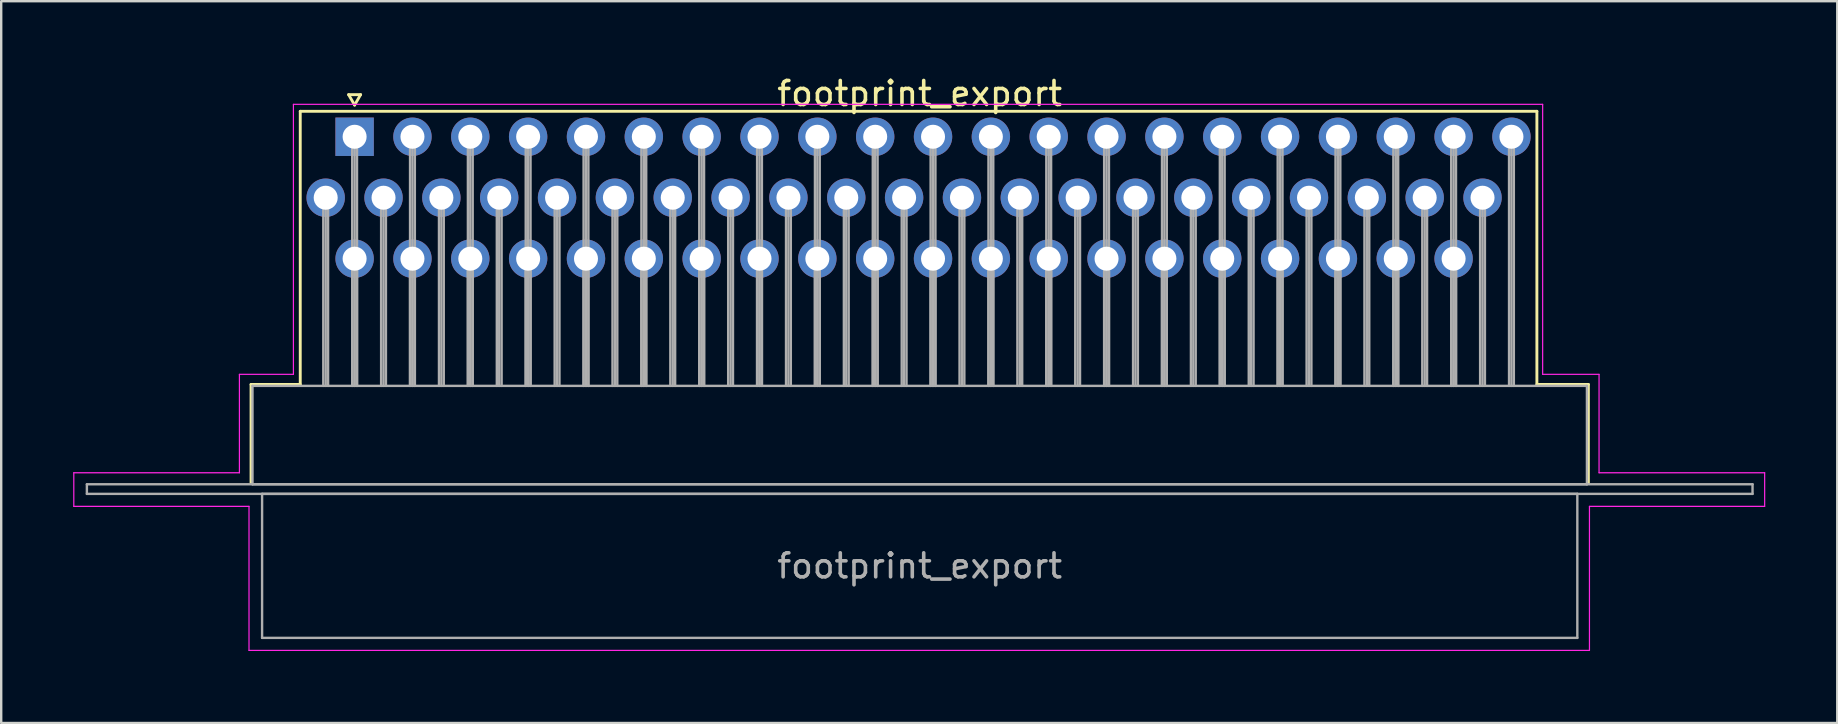
<source format=kicad_pcb>
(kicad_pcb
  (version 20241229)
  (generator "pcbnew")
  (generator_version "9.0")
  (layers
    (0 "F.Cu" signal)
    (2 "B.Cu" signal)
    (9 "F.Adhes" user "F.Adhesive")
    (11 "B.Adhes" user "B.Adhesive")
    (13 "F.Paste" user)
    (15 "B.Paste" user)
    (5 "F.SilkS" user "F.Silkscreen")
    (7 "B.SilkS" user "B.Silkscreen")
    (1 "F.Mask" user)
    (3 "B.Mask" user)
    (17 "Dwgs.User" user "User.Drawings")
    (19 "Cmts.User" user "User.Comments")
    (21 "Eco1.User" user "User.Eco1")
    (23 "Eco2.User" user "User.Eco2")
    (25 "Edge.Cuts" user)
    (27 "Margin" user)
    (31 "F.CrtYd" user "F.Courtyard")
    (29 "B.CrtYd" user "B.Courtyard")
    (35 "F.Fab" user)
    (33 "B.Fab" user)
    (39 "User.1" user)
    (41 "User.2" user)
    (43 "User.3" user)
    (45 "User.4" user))
  (footprint "footprint_export"
    (layer "F.Cu")
    (at 11.725 2.648)
    (property "Reference" "footprint_export" (at 23.545 -1.8 0) (layer "F.SilkS") (effects (font (size 1 1) (thickness 0.15))))
    (attr through_hole)
    (fp_line (start -4.315 10.32) (end -2.265 10.32) (stroke (width 0.12) (type solid)) (layer "F.SilkS"))
    (fp_line (start -4.315 14.42) (end -4.315 10.32) (stroke (width 0.12) (type solid)) (layer "F.SilkS"))
    (fp_line (start -2.265 -1.06) (end 49.26 -1.06) (stroke (width 0.12) (type solid)) (layer "F.SilkS"))
    (fp_line (start -2.265 10.32) (end -2.265 -1.06) (stroke (width 0.12) (type solid)) (layer "F.SilkS"))
    (fp_line (start -0.25 -1.754) (end 0.25 -1.754) (stroke (width 0.12) (type solid)) (layer "F.SilkS"))
    (fp_line (start 0 -1.321) (end -0.25 -1.754) (stroke (width 0.12) (type solid)) (layer "F.SilkS"))
    (fp_line (start 0.25 -1.754) (end 0 -1.321) (stroke (width 0.12) (type solid)) (layer "F.SilkS"))
    (fp_line (start 49.26 -1.06) (end 49.26 10.32) (stroke (width 0.12) (type solid)) (layer "F.SilkS"))
    (fp_line (start 49.26 10.32) (end 51.405 10.32) (stroke (width 0.12) (type solid)) (layer "F.SilkS"))
    (fp_line (start 51.405 10.32) (end 51.405 14.42) (stroke (width 0.12) (type solid)) (layer "F.SilkS"))
    (fp_line (start -11.7 14) (end -4.8 14) (stroke (width 0.05) (type solid)) (layer "F.CrtYd"))
    (fp_line (start -11.7 15.4) (end -11.7 14) (stroke (width 0.05) (type solid)) (layer "F.CrtYd"))
    (fp_line (start -4.8 9.9) (end -2.55 9.9) (stroke (width 0.05) (type solid)) (layer "F.CrtYd"))
    (fp_line (start -4.8 14) (end -4.8 9.9) (stroke (width 0.05) (type solid)) (layer "F.CrtYd"))
    (fp_line (start -4.4 15.4) (end -11.7 15.4) (stroke (width 0.05) (type solid)) (layer "F.CrtYd"))
    (fp_line (start -4.4 21.4) (end -4.4 15.4) (stroke (width 0.05) (type solid)) (layer "F.CrtYd"))
    (fp_line (start -2.55 -1.35) (end 49.5 -1.35) (stroke (width 0.05) (type solid)) (layer "F.CrtYd"))
    (fp_line (start -2.55 9.9) (end -2.55 -1.35) (stroke (width 0.05) (type solid)) (layer "F.CrtYd"))
    (fp_line (start 49.5 -1.35) (end 49.5 9.9) (stroke (width 0.05) (type solid)) (layer "F.CrtYd"))
    (fp_line (start 49.5 9.9) (end 51.85 9.9) (stroke (width 0.05) (type solid)) (layer "F.CrtYd"))
    (fp_line (start 51.45 15.4) (end 51.45 21.4) (stroke (width 0.05) (type solid)) (layer "F.CrtYd"))
    (fp_line (start 51.45 21.4) (end -4.4 21.4) (stroke (width 0.05) (type solid)) (layer "F.CrtYd"))
    (fp_line (start 51.85 9.9) (end 51.85 14) (stroke (width 0.05) (type solid)) (layer "F.CrtYd"))
    (fp_line (start 51.85 14) (end 58.75 14) (stroke (width 0.05) (type solid)) (layer "F.CrtYd"))
    (fp_line (start 58.75 14) (end 58.75 15.4) (stroke (width 0.05) (type solid)) (layer "F.CrtYd"))
    (fp_line (start 58.75 15.4) (end 51.45 15.4) (stroke (width 0.05) (type solid)) (layer "F.CrtYd"))
    (fp_line (start -11.155 14.48) (end -11.155 14.88) (stroke (width 0.1) (type solid)) (layer "F.Fab"))
    (fp_line (start -11.155 14.88) (end 58.245 14.88) (stroke (width 0.1) (type solid)) (layer "F.Fab"))
    (fp_line (start -4.255 10.38) (end -4.255 14.48) (stroke (width 0.1) (type solid)) (layer "F.Fab"))
    (fp_line (start -4.255 14.48) (end 51.345 14.48) (stroke (width 0.1) (type solid)) (layer "F.Fab"))
    (fp_line (start -3.855 14.88) (end -3.855 20.88) (stroke (width 0.1) (type solid)) (layer "F.Fab"))
    (fp_line (start -3.855 20.88) (end 50.945 20.88) (stroke (width 0.1) (type solid)) (layer "F.Fab"))
    (fp_line (start -1.305 2.54) (end -1.305 10.38) (stroke (width 0.1) (type solid)) (layer "F.Fab"))
    (fp_line (start -1.205 2.54) (end -1.205 10.38) (stroke (width 0.1) (type solid)) (layer "F.Fab"))
    (fp_line (start -1.105 2.54) (end -1.105 10.38) (stroke (width 0.1) (type solid)) (layer "F.Fab"))
    (fp_line (start -0.1 0) (end -0.1 10.38) (stroke (width 0.1) (type solid)) (layer "F.Fab"))
    (fp_line (start -0.1 5.08) (end -0.1 10.38) (stroke (width 0.1) (type solid)) (layer "F.Fab"))
    (fp_line (start 0 0) (end 0 10.38) (stroke (width 0.1) (type solid)) (layer "F.Fab"))
    (fp_line (start 0 5.08) (end 0 10.38) (stroke (width 0.1) (type solid)) (layer "F.Fab"))
    (fp_line (start 0.1 0) (end 0.1 10.38) (stroke (width 0.1) (type solid)) (layer "F.Fab"))
    (fp_line (start 0.1 5.08) (end 0.1 10.38) (stroke (width 0.1) (type solid)) (layer "F.Fab"))
    (fp_line (start 1.105 2.54) (end 1.105 10.38) (stroke (width 0.1) (type solid)) (layer "F.Fab"))
    (fp_line (start 1.205 2.54) (end 1.205 10.38) (stroke (width 0.1) (type solid)) (layer "F.Fab"))
    (fp_line (start 1.305 2.54) (end 1.305 10.38) (stroke (width 0.1) (type solid)) (layer "F.Fab"))
    (fp_line (start 2.31 0) (end 2.31 10.38) (stroke (width 0.1) (type solid)) (layer "F.Fab"))
    (fp_line (start 2.31 5.08) (end 2.31 10.38) (stroke (width 0.1) (type solid)) (layer "F.Fab"))
    (fp_line (start 2.41 0) (end 2.41 10.38) (stroke (width 0.1) (type solid)) (layer "F.Fab"))
    (fp_line (start 2.41 5.08) (end 2.41 10.38) (stroke (width 0.1) (type solid)) (layer "F.Fab"))
    (fp_line (start 2.51 0) (end 2.51 10.38) (stroke (width 0.1) (type solid)) (layer "F.Fab"))
    (fp_line (start 2.51 5.08) (end 2.51 10.38) (stroke (width 0.1) (type solid)) (layer "F.Fab"))
    (fp_line (start 3.515 2.54) (end 3.515 10.38) (stroke (width 0.1) (type solid)) (layer "F.Fab"))
    (fp_line (start 3.615 2.54) (end 3.615 10.38) (stroke (width 0.1) (type solid)) (layer "F.Fab"))
    (fp_line (start 3.715 2.54) (end 3.715 10.38) (stroke (width 0.1) (type solid)) (layer "F.Fab"))
    (fp_line (start 4.72 0) (end 4.72 10.38) (stroke (width 0.1) (type solid)) (layer "F.Fab"))
    (fp_line (start 4.72 5.08) (end 4.72 10.38) (stroke (width 0.1) (type solid)) (layer "F.Fab"))
    (fp_line (start 4.82 0) (end 4.82 10.38) (stroke (width 0.1) (type solid)) (layer "F.Fab"))
    (fp_line (start 4.82 5.08) (end 4.82 10.38) (stroke (width 0.1) (type solid)) (layer "F.Fab"))
    (fp_line (start 4.92 0) (end 4.92 10.38) (stroke (width 0.1) (type solid)) (layer "F.Fab"))
    (fp_line (start 4.92 5.08) (end 4.92 10.38) (stroke (width 0.1) (type solid)) (layer "F.Fab"))
    (fp_line (start 5.925 2.54) (end 5.925 10.38) (stroke (width 0.1) (type solid)) (layer "F.Fab"))
    (fp_line (start 6.025 2.54) (end 6.025 10.38) (stroke (width 0.1) (type solid)) (layer "F.Fab"))
    (fp_line (start 6.125 2.54) (end 6.125 10.38) (stroke (width 0.1) (type solid)) (layer "F.Fab"))
    (fp_line (start 7.13 0) (end 7.13 10.38) (stroke (width 0.1) (type solid)) (layer "F.Fab"))
    (fp_line (start 7.13 5.08) (end 7.13 10.38) (stroke (width 0.1) (type solid)) (layer "F.Fab"))
    (fp_line (start 7.23 0) (end 7.23 10.38) (stroke (width 0.1) (type solid)) (layer "F.Fab"))
    (fp_line (start 7.23 5.08) (end 7.23 10.38) (stroke (width 0.1) (type solid)) (layer "F.Fab"))
    (fp_line (start 7.33 0) (end 7.33 10.38) (stroke (width 0.1) (type solid)) (layer "F.Fab"))
    (fp_line (start 7.33 5.08) (end 7.33 10.38) (stroke (width 0.1) (type solid)) (layer "F.Fab"))
    (fp_line (start 8.335 2.54) (end 8.335 10.38) (stroke (width 0.1) (type solid)) (layer "F.Fab"))
    (fp_line (start 8.435 2.54) (end 8.435 10.38) (stroke (width 0.1) (type solid)) (layer "F.Fab"))
    (fp_line (start 8.535 2.54) (end 8.535 10.38) (stroke (width 0.1) (type solid)) (layer "F.Fab"))
    (fp_line (start 9.54 0) (end 9.54 10.38) (stroke (width 0.1) (type solid)) (layer "F.Fab"))
    (fp_line (start 9.54 5.08) (end 9.54 10.38) (stroke (width 0.1) (type solid)) (layer "F.Fab"))
    (fp_line (start 9.64 0) (end 9.64 10.38) (stroke (width 0.1) (type solid)) (layer "F.Fab"))
    (fp_line (start 9.64 5.08) (end 9.64 10.38) (stroke (width 0.1) (type solid)) (layer "F.Fab"))
    (fp_line (start 9.74 0) (end 9.74 10.38) (stroke (width 0.1) (type solid)) (layer "F.Fab"))
    (fp_line (start 9.74 5.08) (end 9.74 10.38) (stroke (width 0.1) (type solid)) (layer "F.Fab"))
    (fp_line (start 10.745 2.54) (end 10.745 10.38) (stroke (width 0.1) (type solid)) (layer "F.Fab"))
    (fp_line (start 10.845 2.54) (end 10.845 10.38) (stroke (width 0.1) (type solid)) (layer "F.Fab"))
    (fp_line (start 10.945 2.54) (end 10.945 10.38) (stroke (width 0.1) (type solid)) (layer "F.Fab"))
    (fp_line (start 11.95 0) (end 11.95 10.38) (stroke (width 0.1) (type solid)) (layer "F.Fab"))
    (fp_line (start 11.95 5.08) (end 11.95 10.38) (stroke (width 0.1) (type solid)) (layer "F.Fab"))
    (fp_line (start 12.05 0) (end 12.05 10.38) (stroke (width 0.1) (type solid)) (layer "F.Fab"))
    (fp_line (start 12.05 5.08) (end 12.05 10.38) (stroke (width 0.1) (type solid)) (layer "F.Fab"))
    (fp_line (start 12.15 0) (end 12.15 10.38) (stroke (width 0.1) (type solid)) (layer "F.Fab"))
    (fp_line (start 12.15 5.08) (end 12.15 10.38) (stroke (width 0.1) (type solid)) (layer "F.Fab"))
    (fp_line (start 13.155 2.54) (end 13.155 10.38) (stroke (width 0.1) (type solid)) (layer "F.Fab"))
    (fp_line (start 13.255 2.54) (end 13.255 10.38) (stroke (width 0.1) (type solid)) (layer "F.Fab"))
    (fp_line (start 13.355 2.54) (end 13.355 10.38) (stroke (width 0.1) (type solid)) (layer "F.Fab"))
    (fp_line (start 14.36 0) (end 14.36 10.38) (stroke (width 0.1) (type solid)) (layer "F.Fab"))
    (fp_line (start 14.36 5.08) (end 14.36 10.38) (stroke (width 0.1) (type solid)) (layer "F.Fab"))
    (fp_line (start 14.46 0) (end 14.46 10.38) (stroke (width 0.1) (type solid)) (layer "F.Fab"))
    (fp_line (start 14.46 5.08) (end 14.46 10.38) (stroke (width 0.1) (type solid)) (layer "F.Fab"))
    (fp_line (start 14.56 0) (end 14.56 10.38) (stroke (width 0.1) (type solid)) (layer "F.Fab"))
    (fp_line (start 14.56 5.08) (end 14.56 10.38) (stroke (width 0.1) (type solid)) (layer "F.Fab"))
    (fp_line (start 15.565 2.54) (end 15.565 10.38) (stroke (width 0.1) (type solid)) (layer "F.Fab"))
    (fp_line (start 15.665 2.54) (end 15.665 10.38) (stroke (width 0.1) (type solid)) (layer "F.Fab"))
    (fp_line (start 15.765 2.54) (end 15.765 10.38) (stroke (width 0.1) (type solid)) (layer "F.Fab"))
    (fp_line (start 16.77 0) (end 16.77 10.38) (stroke (width 0.1) (type solid)) (layer "F.Fab"))
    (fp_line (start 16.77 5.08) (end 16.77 10.38) (stroke (width 0.1) (type solid)) (layer "F.Fab"))
    (fp_line (start 16.87 0) (end 16.87 10.38) (stroke (width 0.1) (type solid)) (layer "F.Fab"))
    (fp_line (start 16.87 5.08) (end 16.87 10.38) (stroke (width 0.1) (type solid)) (layer "F.Fab"))
    (fp_line (start 16.97 0) (end 16.97 10.38) (stroke (width 0.1) (type solid)) (layer "F.Fab"))
    (fp_line (start 16.97 5.08) (end 16.97 10.38) (stroke (width 0.1) (type solid)) (layer "F.Fab"))
    (fp_line (start 17.975 2.54) (end 17.975 10.38) (stroke (width 0.1) (type solid)) (layer "F.Fab"))
    (fp_line (start 18.075 2.54) (end 18.075 10.38) (stroke (width 0.1) (type solid)) (layer "F.Fab"))
    (fp_line (start 18.175 2.54) (end 18.175 10.38) (stroke (width 0.1) (type solid)) (layer "F.Fab"))
    (fp_line (start 19.18 0) (end 19.18 10.38) (stroke (width 0.1) (type solid)) (layer "F.Fab"))
    (fp_line (start 19.18 5.08) (end 19.18 10.38) (stroke (width 0.1) (type solid)) (layer "F.Fab"))
    (fp_line (start 19.28 0) (end 19.28 10.38) (stroke (width 0.1) (type solid)) (layer "F.Fab"))
    (fp_line (start 19.28 5.08) (end 19.28 10.38) (stroke (width 0.1) (type solid)) (layer "F.Fab"))
    (fp_line (start 19.38 0) (end 19.38 10.38) (stroke (width 0.1) (type solid)) (layer "F.Fab"))
    (fp_line (start 19.38 5.08) (end 19.38 10.38) (stroke (width 0.1) (type solid)) (layer "F.Fab"))
    (fp_line (start 20.385 2.54) (end 20.385 10.38) (stroke (width 0.1) (type solid)) (layer "F.Fab"))
    (fp_line (start 20.485 2.54) (end 20.485 10.38) (stroke (width 0.1) (type solid)) (layer "F.Fab"))
    (fp_line (start 20.585 2.54) (end 20.585 10.38) (stroke (width 0.1) (type solid)) (layer "F.Fab"))
    (fp_line (start 21.59 0) (end 21.59 10.38) (stroke (width 0.1) (type solid)) (layer "F.Fab"))
    (fp_line (start 21.59 5.08) (end 21.59 10.38) (stroke (width 0.1) (type solid)) (layer "F.Fab"))
    (fp_line (start 21.69 0) (end 21.69 10.38) (stroke (width 0.1) (type solid)) (layer "F.Fab"))
    (fp_line (start 21.69 5.08) (end 21.69 10.38) (stroke (width 0.1) (type solid)) (layer "F.Fab"))
    (fp_line (start 21.79 0) (end 21.79 10.38) (stroke (width 0.1) (type solid)) (layer "F.Fab"))
    (fp_line (start 21.79 5.08) (end 21.79 10.38) (stroke (width 0.1) (type solid)) (layer "F.Fab"))
    (fp_line (start 22.795 2.54) (end 22.795 10.38) (stroke (width 0.1) (type solid)) (layer "F.Fab"))
    (fp_line (start 22.895 2.54) (end 22.895 10.38) (stroke (width 0.1) (type solid)) (layer "F.Fab"))
    (fp_line (start 22.995 2.54) (end 22.995 10.38) (stroke (width 0.1) (type solid)) (layer "F.Fab"))
    (fp_line (start 24 0) (end 24 10.38) (stroke (width 0.1) (type solid)) (layer "F.Fab"))
    (fp_line (start 24 5.08) (end 24 10.38) (stroke (width 0.1) (type solid)) (layer "F.Fab"))
    (fp_line (start 24.1 0) (end 24.1 10.38) (stroke (width 0.1) (type solid)) (layer "F.Fab"))
    (fp_line (start 24.1 5.08) (end 24.1 10.38) (stroke (width 0.1) (type solid)) (layer "F.Fab"))
    (fp_line (start 24.2 0) (end 24.2 10.38) (stroke (width 0.1) (type solid)) (layer "F.Fab"))
    (fp_line (start 24.2 5.08) (end 24.2 10.38) (stroke (width 0.1) (type solid)) (layer "F.Fab"))
    (fp_line (start 25.205 2.54) (end 25.205 10.38) (stroke (width 0.1) (type solid)) (layer "F.Fab"))
    (fp_line (start 25.305 2.54) (end 25.305 10.38) (stroke (width 0.1) (type solid)) (layer "F.Fab"))
    (fp_line (start 25.405 2.54) (end 25.405 10.38) (stroke (width 0.1) (type solid)) (layer "F.Fab"))
    (fp_line (start 26.41 0) (end 26.41 10.38) (stroke (width 0.1) (type solid)) (layer "F.Fab"))
    (fp_line (start 26.41 5.08) (end 26.41 10.38) (stroke (width 0.1) (type solid)) (layer "F.Fab"))
    (fp_line (start 26.51 0) (end 26.51 10.38) (stroke (width 0.1) (type solid)) (layer "F.Fab"))
    (fp_line (start 26.51 5.08) (end 26.51 10.38) (stroke (width 0.1) (type solid)) (layer "F.Fab"))
    (fp_line (start 26.61 0) (end 26.61 10.38) (stroke (width 0.1) (type solid)) (layer "F.Fab"))
    (fp_line (start 26.61 5.08) (end 26.61 10.38) (stroke (width 0.1) (type solid)) (layer "F.Fab"))
    (fp_line (start 27.615 2.54) (end 27.615 10.38) (stroke (width 0.1) (type solid)) (layer "F.Fab"))
    (fp_line (start 27.715 2.54) (end 27.715 10.38) (stroke (width 0.1) (type solid)) (layer "F.Fab"))
    (fp_line (start 27.815 2.54) (end 27.815 10.38) (stroke (width 0.1) (type solid)) (layer "F.Fab"))
    (fp_line (start 28.82 0) (end 28.82 10.38) (stroke (width 0.1) (type solid)) (layer "F.Fab"))
    (fp_line (start 28.82 5.08) (end 28.82 10.38) (stroke (width 0.1) (type solid)) (layer "F.Fab"))
    (fp_line (start 28.92 0) (end 28.92 10.38) (stroke (width 0.1) (type solid)) (layer "F.Fab"))
    (fp_line (start 28.92 5.08) (end 28.92 10.38) (stroke (width 0.1) (type solid)) (layer "F.Fab"))
    (fp_line (start 29.02 0) (end 29.02 10.38) (stroke (width 0.1) (type solid)) (layer "F.Fab"))
    (fp_line (start 29.02 5.08) (end 29.02 10.38) (stroke (width 0.1) (type solid)) (layer "F.Fab"))
    (fp_line (start 30.025 2.54) (end 30.025 10.38) (stroke (width 0.1) (type solid)) (layer "F.Fab"))
    (fp_line (start 30.125 2.54) (end 30.125 10.38) (stroke (width 0.1) (type solid)) (layer "F.Fab"))
    (fp_line (start 30.225 2.54) (end 30.225 10.38) (stroke (width 0.1) (type solid)) (layer "F.Fab"))
    (fp_line (start 31.23 0) (end 31.23 10.38) (stroke (width 0.1) (type solid)) (layer "F.Fab"))
    (fp_line (start 31.23 5.08) (end 31.23 10.38) (stroke (width 0.1) (type solid)) (layer "F.Fab"))
    (fp_line (start 31.33 0) (end 31.33 10.38) (stroke (width 0.1) (type solid)) (layer "F.Fab"))
    (fp_line (start 31.33 5.08) (end 31.33 10.38) (stroke (width 0.1) (type solid)) (layer "F.Fab"))
    (fp_line (start 31.43 0) (end 31.43 10.38) (stroke (width 0.1) (type solid)) (layer "F.Fab"))
    (fp_line (start 31.43 5.08) (end 31.43 10.38) (stroke (width 0.1) (type solid)) (layer "F.Fab"))
    (fp_line (start 32.435 2.54) (end 32.435 10.38) (stroke (width 0.1) (type solid)) (layer "F.Fab"))
    (fp_line (start 32.535 2.54) (end 32.535 10.38) (stroke (width 0.1) (type solid)) (layer "F.Fab"))
    (fp_line (start 32.635 2.54) (end 32.635 10.38) (stroke (width 0.1) (type solid)) (layer "F.Fab"))
    (fp_line (start 33.64 0) (end 33.64 10.38) (stroke (width 0.1) (type solid)) (layer "F.Fab"))
    (fp_line (start 33.64 5.08) (end 33.64 10.38) (stroke (width 0.1) (type solid)) (layer "F.Fab"))
    (fp_line (start 33.74 0) (end 33.74 10.38) (stroke (width 0.1) (type solid)) (layer "F.Fab"))
    (fp_line (start 33.74 5.08) (end 33.74 10.38) (stroke (width 0.1) (type solid)) (layer "F.Fab"))
    (fp_line (start 33.84 0) (end 33.84 10.38) (stroke (width 0.1) (type solid)) (layer "F.Fab"))
    (fp_line (start 33.84 5.08) (end 33.84 10.38) (stroke (width 0.1) (type solid)) (layer "F.Fab"))
    (fp_line (start 34.845 2.54) (end 34.845 10.38) (stroke (width 0.1) (type solid)) (layer "F.Fab"))
    (fp_line (start 34.945 2.54) (end 34.945 10.38) (stroke (width 0.1) (type solid)) (layer "F.Fab"))
    (fp_line (start 35.045 2.54) (end 35.045 10.38) (stroke (width 0.1) (type solid)) (layer "F.Fab"))
    (fp_line (start 36.05 0) (end 36.05 10.38) (stroke (width 0.1) (type solid)) (layer "F.Fab"))
    (fp_line (start 36.05 5.08) (end 36.05 10.38) (stroke (width 0.1) (type solid)) (layer "F.Fab"))
    (fp_line (start 36.15 0) (end 36.15 10.38) (stroke (width 0.1) (type solid)) (layer "F.Fab"))
    (fp_line (start 36.15 5.08) (end 36.15 10.38) (stroke (width 0.1) (type solid)) (layer "F.Fab"))
    (fp_line (start 36.25 0) (end 36.25 10.38) (stroke (width 0.1) (type solid)) (layer "F.Fab"))
    (fp_line (start 36.25 5.08) (end 36.25 10.38) (stroke (width 0.1) (type solid)) (layer "F.Fab"))
    (fp_line (start 37.255 2.54) (end 37.255 10.38) (stroke (width 0.1) (type solid)) (layer "F.Fab"))
    (fp_line (start 37.355 2.54) (end 37.355 10.38) (stroke (width 0.1) (type solid)) (layer "F.Fab"))
    (fp_line (start 37.455 2.54) (end 37.455 10.38) (stroke (width 0.1) (type solid)) (layer "F.Fab"))
    (fp_line (start 38.46 0) (end 38.46 10.38) (stroke (width 0.1) (type solid)) (layer "F.Fab"))
    (fp_line (start 38.46 5.08) (end 38.46 10.38) (stroke (width 0.1) (type solid)) (layer "F.Fab"))
    (fp_line (start 38.56 0) (end 38.56 10.38) (stroke (width 0.1) (type solid)) (layer "F.Fab"))
    (fp_line (start 38.56 5.08) (end 38.56 10.38) (stroke (width 0.1) (type solid)) (layer "F.Fab"))
    (fp_line (start 38.66 0) (end 38.66 10.38) (stroke (width 0.1) (type solid)) (layer "F.Fab"))
    (fp_line (start 38.66 5.08) (end 38.66 10.38) (stroke (width 0.1) (type solid)) (layer "F.Fab"))
    (fp_line (start 39.665 2.54) (end 39.665 10.38) (stroke (width 0.1) (type solid)) (layer "F.Fab"))
    (fp_line (start 39.765 2.54) (end 39.765 10.38) (stroke (width 0.1) (type solid)) (layer "F.Fab"))
    (fp_line (start 39.865 2.54) (end 39.865 10.38) (stroke (width 0.1) (type solid)) (layer "F.Fab"))
    (fp_line (start 40.87 0) (end 40.87 10.38) (stroke (width 0.1) (type solid)) (layer "F.Fab"))
    (fp_line (start 40.87 5.08) (end 40.87 10.38) (stroke (width 0.1) (type solid)) (layer "F.Fab"))
    (fp_line (start 40.97 0) (end 40.97 10.38) (stroke (width 0.1) (type solid)) (layer "F.Fab"))
    (fp_line (start 40.97 5.08) (end 40.97 10.38) (stroke (width 0.1) (type solid)) (layer "F.Fab"))
    (fp_line (start 41.07 0) (end 41.07 10.38) (stroke (width 0.1) (type solid)) (layer "F.Fab"))
    (fp_line (start 41.07 5.08) (end 41.07 10.38) (stroke (width 0.1) (type solid)) (layer "F.Fab"))
    (fp_line (start 42.075 2.54) (end 42.075 10.38) (stroke (width 0.1) (type solid)) (layer "F.Fab"))
    (fp_line (start 42.175 2.54) (end 42.175 10.38) (stroke (width 0.1) (type solid)) (layer "F.Fab"))
    (fp_line (start 42.275 2.54) (end 42.275 10.38) (stroke (width 0.1) (type solid)) (layer "F.Fab"))
    (fp_line (start 43.28 0) (end 43.28 10.38) (stroke (width 0.1) (type solid)) (layer "F.Fab"))
    (fp_line (start 43.28 5.08) (end 43.28 10.38) (stroke (width 0.1) (type solid)) (layer "F.Fab"))
    (fp_line (start 43.38 0) (end 43.38 10.38) (stroke (width 0.1) (type solid)) (layer "F.Fab"))
    (fp_line (start 43.38 5.08) (end 43.38 10.38) (stroke (width 0.1) (type solid)) (layer "F.Fab"))
    (fp_line (start 43.48 0) (end 43.48 10.38) (stroke (width 0.1) (type solid)) (layer "F.Fab"))
    (fp_line (start 43.48 5.08) (end 43.48 10.38) (stroke (width 0.1) (type solid)) (layer "F.Fab"))
    (fp_line (start 44.485 2.54) (end 44.485 10.38) (stroke (width 0.1) (type solid)) (layer "F.Fab"))
    (fp_line (start 44.585 2.54) (end 44.585 10.38) (stroke (width 0.1) (type solid)) (layer "F.Fab"))
    (fp_line (start 44.685 2.54) (end 44.685 10.38) (stroke (width 0.1) (type solid)) (layer "F.Fab"))
    (fp_line (start 45.69 0) (end 45.69 10.38) (stroke (width 0.1) (type solid)) (layer "F.Fab"))
    (fp_line (start 45.69 5.08) (end 45.69 10.38) (stroke (width 0.1) (type solid)) (layer "F.Fab"))
    (fp_line (start 45.79 0) (end 45.79 10.38) (stroke (width 0.1) (type solid)) (layer "F.Fab"))
    (fp_line (start 45.79 5.08) (end 45.79 10.38) (stroke (width 0.1) (type solid)) (layer "F.Fab"))
    (fp_line (start 45.89 0) (end 45.89 10.38) (stroke (width 0.1) (type solid)) (layer "F.Fab"))
    (fp_line (start 45.89 5.08) (end 45.89 10.38) (stroke (width 0.1) (type solid)) (layer "F.Fab"))
    (fp_line (start 46.895 2.54) (end 46.895 10.38) (stroke (width 0.1) (type solid)) (layer "F.Fab"))
    (fp_line (start 46.995 2.54) (end 46.995 10.38) (stroke (width 0.1) (type solid)) (layer "F.Fab"))
    (fp_line (start 47.095 2.54) (end 47.095 10.38) (stroke (width 0.1) (type solid)) (layer "F.Fab"))
    (fp_line (start 48.1 0) (end 48.1 10.38) (stroke (width 0.1) (type solid)) (layer "F.Fab"))
    (fp_line (start 48.2 0) (end 48.2 10.38) (stroke (width 0.1) (type solid)) (layer "F.Fab"))
    (fp_line (start 48.3 0) (end 48.3 10.38) (stroke (width 0.1) (type solid)) (layer "F.Fab"))
    (fp_line (start 50.945 14.88) (end -3.855 14.88) (stroke (width 0.1) (type solid)) (layer "F.Fab"))
    (fp_line (start 50.945 20.88) (end 50.945 14.88) (stroke (width 0.1) (type solid)) (layer "F.Fab"))
    (fp_line (start 51.345 10.38) (end -4.255 10.38) (stroke (width 0.1) (type solid)) (layer "F.Fab"))
    (fp_line (start 51.345 14.48) (end 51.345 10.38) (stroke (width 0.1) (type solid)) (layer "F.Fab"))
    (fp_line (start 58.245 14.48) (end -11.155 14.48) (stroke (width 0.1) (type solid)) (layer "F.Fab"))
    (fp_line (start 58.245 14.88) (end 58.245 14.48) (stroke (width 0.1) (type solid)) (layer "F.Fab"))
    (fp_text user "${REFERENCE}" (at 23.545 17.88 0) (layer "F.Fab") (effects (font (size 1 1) (thickness 0.15))))
    (pad "1" thru_hole rect (at 0 0) (size 1.6 1.6) (drill 1) (layers "*.Cu" "*.Mask"))
    (pad "2" thru_hole circle (at 2.41 0) (size 1.6 1.6) (drill 1) (layers "*.Cu" "*.Mask"))
    (pad "3" thru_hole circle (at 4.82 0) (size 1.6 1.6) (drill 1) (layers "*.Cu" "*.Mask"))
    (pad "4" thru_hole circle (at 7.23 0) (size 1.6 1.6) (drill 1) (layers "*.Cu" "*.Mask"))
    (pad "5" thru_hole circle (at 9.64 0) (size 1.6 1.6) (drill 1) (layers "*.Cu" "*.Mask"))
    (pad "6" thru_hole circle (at 12.05 0) (size 1.6 1.6) (drill 1) (layers "*.Cu" "*.Mask"))
    (pad "7" thru_hole circle (at 14.46 0) (size 1.6 1.6) (drill 1) (layers "*.Cu" "*.Mask"))
    (pad "8" thru_hole circle (at 16.87 0) (size 1.6 1.6) (drill 1) (layers "*.Cu" "*.Mask"))
    (pad "9" thru_hole circle (at 19.28 0) (size 1.6 1.6) (drill 1) (layers "*.Cu" "*.Mask"))
    (pad "10" thru_hole circle (at 21.69 0) (size 1.6 1.6) (drill 1) (layers "*.Cu" "*.Mask"))
    (pad "11" thru_hole circle (at 24.1 0) (size 1.6 1.6) (drill 1) (layers "*.Cu" "*.Mask"))
    (pad "12" thru_hole circle (at 26.51 0) (size 1.6 1.6) (drill 1) (layers "*.Cu" "*.Mask"))
    (pad "13" thru_hole circle (at 28.92 0) (size 1.6 1.6) (drill 1) (layers "*.Cu" "*.Mask"))
    (pad "14" thru_hole circle (at 31.33 0) (size 1.6 1.6) (drill 1) (layers "*.Cu" "*.Mask"))
    (pad "15" thru_hole circle (at 33.74 0) (size 1.6 1.6) (drill 1) (layers "*.Cu" "*.Mask"))
    (pad "16" thru_hole circle (at 36.15 0) (size 1.6 1.6) (drill 1) (layers "*.Cu" "*.Mask"))
    (pad "17" thru_hole circle (at 38.56 0) (size 1.6 1.6) (drill 1) (layers "*.Cu" "*.Mask"))
    (pad "18" thru_hole circle (at 40.97 0) (size 1.6 1.6) (drill 1) (layers "*.Cu" "*.Mask"))
    (pad "19" thru_hole circle (at 43.38 0) (size 1.6 1.6) (drill 1) (layers "*.Cu" "*.Mask"))
    (pad "20" thru_hole circle (at 45.79 0) (size 1.6 1.6) (drill 1) (layers "*.Cu" "*.Mask"))
    (pad "21" thru_hole circle (at 48.2 0) (size 1.6 1.6) (drill 1) (layers "*.Cu" "*.Mask"))
    (pad "22" thru_hole circle (at -1.205 2.54) (size 1.6 1.6) (drill 1) (layers "*.Cu" "*.Mask"))
    (pad "23" thru_hole circle (at 1.205 2.54) (size 1.6 1.6) (drill 1) (layers "*.Cu" "*.Mask"))
    (pad "24" thru_hole circle (at 3.615 2.54) (size 1.6 1.6) (drill 1) (layers "*.Cu" "*.Mask"))
    (pad "25" thru_hole circle (at 6.025 2.54) (size 1.6 1.6) (drill 1) (layers "*.Cu" "*.Mask"))
    (pad "26" thru_hole circle (at 8.435 2.54) (size 1.6 1.6) (drill 1) (layers "*.Cu" "*.Mask"))
    (pad "27" thru_hole circle (at 10.845 2.54) (size 1.6 1.6) (drill 1) (layers "*.Cu" "*.Mask"))
    (pad "28" thru_hole circle (at 13.255 2.54) (size 1.6 1.6) (drill 1) (layers "*.Cu" "*.Mask"))
    (pad "29" thru_hole circle (at 15.665 2.54) (size 1.6 1.6) (drill 1) (layers "*.Cu" "*.Mask"))
    (pad "30" thru_hole circle (at 18.075 2.54) (size 1.6 1.6) (drill 1) (layers "*.Cu" "*.Mask"))
    (pad "31" thru_hole circle (at 20.485 2.54) (size 1.6 1.6) (drill 1) (layers "*.Cu" "*.Mask"))
    (pad "32" thru_hole circle (at 22.895 2.54) (size 1.6 1.6) (drill 1) (layers "*.Cu" "*.Mask"))
    (pad "33" thru_hole circle (at 25.305 2.54) (size 1.6 1.6) (drill 1) (layers "*.Cu" "*.Mask"))
    (pad "34" thru_hole circle (at 27.715 2.54) (size 1.6 1.6) (drill 1) (layers "*.Cu" "*.Mask"))
    (pad "35" thru_hole circle (at 30.125 2.54) (size 1.6 1.6) (drill 1) (layers "*.Cu" "*.Mask"))
    (pad "36" thru_hole circle (at 32.535 2.54) (size 1.6 1.6) (drill 1) (layers "*.Cu" "*.Mask"))
    (pad "37" thru_hole circle (at 34.945 2.54) (size 1.6 1.6) (drill 1) (layers "*.Cu" "*.Mask"))
    (pad "38" thru_hole circle (at 37.355 2.54) (size 1.6 1.6) (drill 1) (layers "*.Cu" "*.Mask"))
    (pad "39" thru_hole circle (at 39.765 2.54) (size 1.6 1.6) (drill 1) (layers "*.Cu" "*.Mask"))
    (pad "40" thru_hole circle (at 42.175 2.54) (size 1.6 1.6) (drill 1) (layers "*.Cu" "*.Mask"))
    (pad "41" thru_hole circle (at 44.585 2.54) (size 1.6 1.6) (drill 1) (layers "*.Cu" "*.Mask"))
    (pad "42" thru_hole circle (at 46.995 2.54) (size 1.6 1.6) (drill 1) (layers "*.Cu" "*.Mask"))
    (pad "43" thru_hole circle (at 0 5.08) (size 1.6 1.6) (drill 1) (layers "*.Cu" "*.Mask"))
    (pad "44" thru_hole circle (at 2.41 5.08) (size 1.6 1.6) (drill 1) (layers "*.Cu" "*.Mask"))
    (pad "45" thru_hole circle (at 4.82 5.08) (size 1.6 1.6) (drill 1) (layers "*.Cu" "*.Mask"))
    (pad "46" thru_hole circle (at 7.23 5.08) (size 1.6 1.6) (drill 1) (layers "*.Cu" "*.Mask"))
    (pad "47" thru_hole circle (at 9.64 5.08) (size 1.6 1.6) (drill 1) (layers "*.Cu" "*.Mask"))
    (pad "48" thru_hole circle (at 12.05 5.08) (size 1.6 1.6) (drill 1) (layers "*.Cu" "*.Mask"))
    (pad "49" thru_hole circle (at 14.46 5.08) (size 1.6 1.6) (drill 1) (layers "*.Cu" "*.Mask"))
    (pad "50" thru_hole circle (at 16.87 5.08) (size 1.6 1.6) (drill 1) (layers "*.Cu" "*.Mask"))
    (pad "51" thru_hole circle (at 19.28 5.08) (size 1.6 1.6) (drill 1) (layers "*.Cu" "*.Mask"))
    (pad "52" thru_hole circle (at 21.69 5.08) (size 1.6 1.6) (drill 1) (layers "*.Cu" "*.Mask"))
    (pad "53" thru_hole circle (at 24.1 5.08) (size 1.6 1.6) (drill 1) (layers "*.Cu" "*.Mask"))
    (pad "54" thru_hole circle (at 26.51 5.08) (size 1.6 1.6) (drill 1) (layers "*.Cu" "*.Mask"))
    (pad "55" thru_hole circle (at 28.92 5.08) (size 1.6 1.6) (drill 1) (layers "*.Cu" "*.Mask"))
    (pad "56" thru_hole circle (at 31.33 5.08) (size 1.6 1.6) (drill 1) (layers "*.Cu" "*.Mask"))
    (pad "57" thru_hole circle (at 33.74 5.08) (size 1.6 1.6) (drill 1) (layers "*.Cu" "*.Mask"))
    (pad "58" thru_hole circle (at 36.15 5.08) (size 1.6 1.6) (drill 1) (layers "*.Cu" "*.Mask"))
    (pad "59" thru_hole circle (at 38.56 5.08) (size 1.6 1.6) (drill 1) (layers "*.Cu" "*.Mask"))
    (pad "60" thru_hole circle (at 40.97 5.08) (size 1.6 1.6) (drill 1) (layers "*.Cu" "*.Mask"))
    (pad "61" thru_hole circle (at 43.38 5.08) (size 1.6 1.6) (drill 1) (layers "*.Cu" "*.Mask"))
    (pad "62" thru_hole circle (at 45.79 5.08) (size 1.6 1.6) (drill 1) (layers "*.Cu" "*.Mask")))
  (gr_rect
    (start -3 -3)
    (end 73.5 27.073)
    (stroke (width 0.1) (type default))
    (fill no)
    (layer "Edge.Cuts")))
</source>
